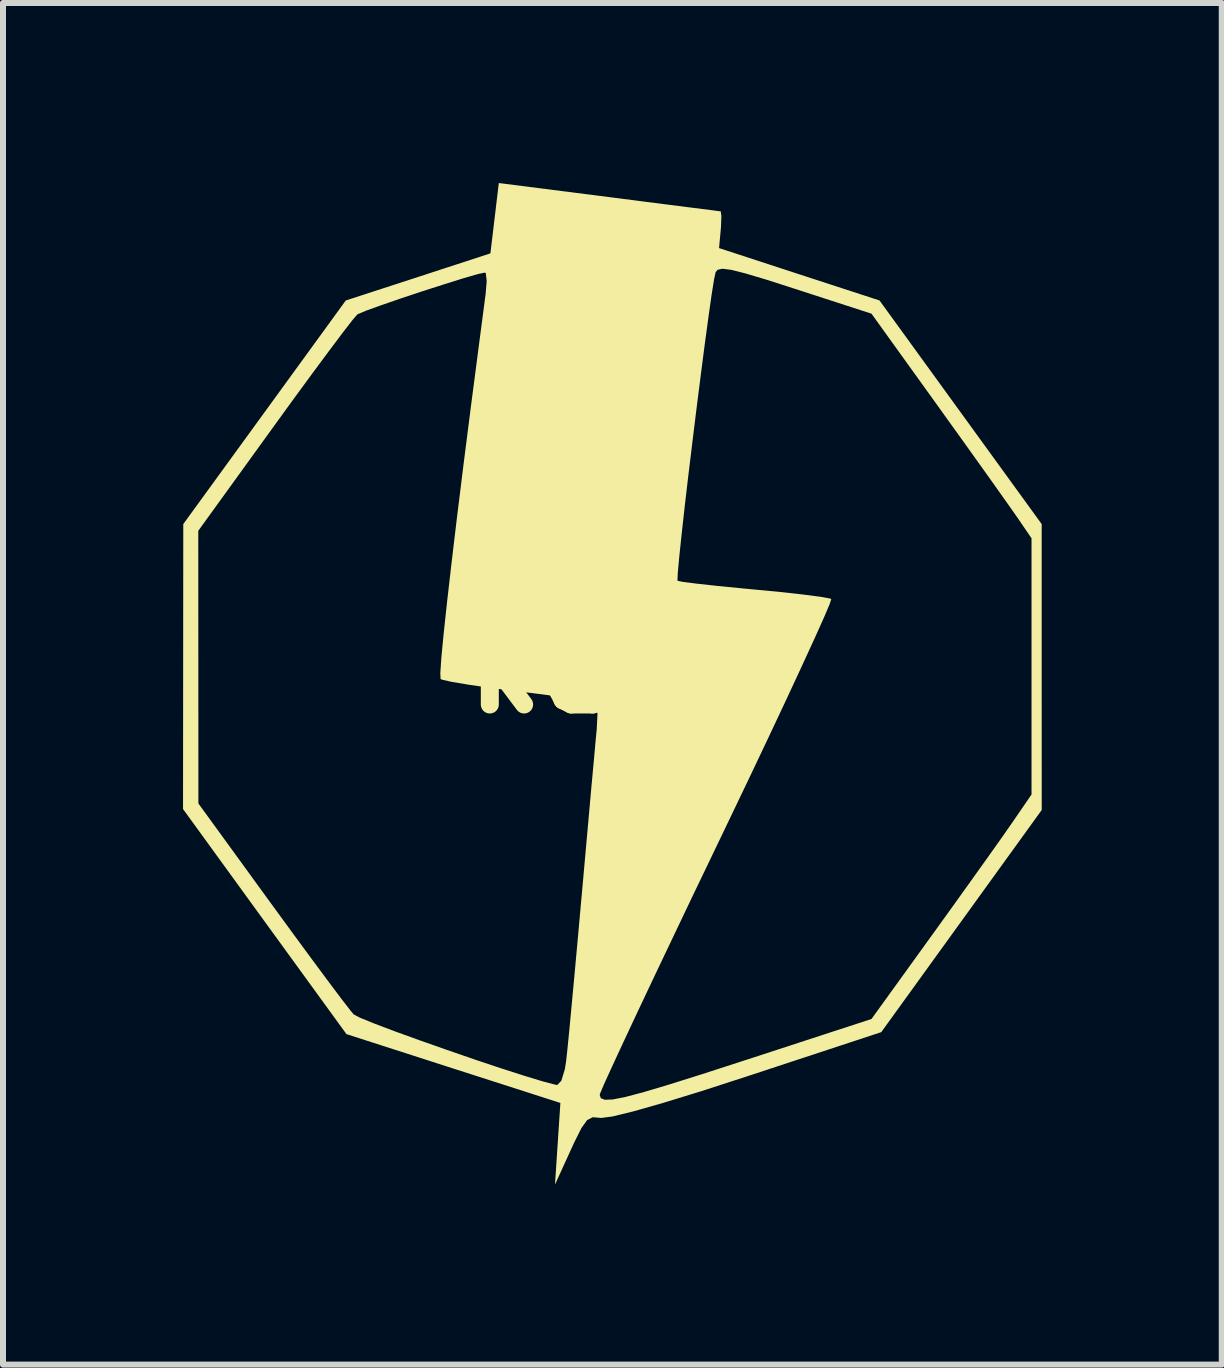
<source format=kicad_pcb>
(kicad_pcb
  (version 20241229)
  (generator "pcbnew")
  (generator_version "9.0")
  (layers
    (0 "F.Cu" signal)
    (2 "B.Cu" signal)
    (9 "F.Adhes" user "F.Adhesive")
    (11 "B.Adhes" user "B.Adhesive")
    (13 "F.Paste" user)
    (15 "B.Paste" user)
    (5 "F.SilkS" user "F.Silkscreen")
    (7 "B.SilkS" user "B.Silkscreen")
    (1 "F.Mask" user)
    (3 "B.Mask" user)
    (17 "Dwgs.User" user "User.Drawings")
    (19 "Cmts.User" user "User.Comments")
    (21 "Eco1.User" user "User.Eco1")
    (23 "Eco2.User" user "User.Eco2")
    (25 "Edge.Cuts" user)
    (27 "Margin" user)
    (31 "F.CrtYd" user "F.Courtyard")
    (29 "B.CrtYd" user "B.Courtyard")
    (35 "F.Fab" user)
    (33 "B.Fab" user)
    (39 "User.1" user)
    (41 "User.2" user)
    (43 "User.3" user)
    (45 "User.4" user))
  (footprint "kalo"
    (layer "F.Cu")
    (at 7.112 8.011)
    (property "Reference" "kalo" (at 0 0 0) (layer "F.SilkS") (effects (font (size 1.5 1.5) (thickness 0.3))))
    (attr board_only exclude_from_pos_files exclude_from_bom)
    (fp_poly (pts (xy -0.015 -7.777) (xy 0.522 -7.708) (xy 0.999 -7.647) (xy 1.393 -7.597) (xy 1.678 -7.561) (xy 1.83 -7.541) (xy 1.848 -7.539) (xy 1.859 -7.462) (xy 1.852 -7.277) (xy 1.848 -7.231) (xy 1.82 -6.927) (xy 3.157 -6.49) (xy 4.494 -6.054) (xy 5.845 -4.191) (xy 7.196 -2.328) (xy 7.196 0.054) (xy 7.197 2.436) (xy 5.86 4.287) (xy 4.523 6.138) (xy 2.289 6.874) (xy 1.517 7.124) (xy 0.882 7.319) (xy 0.39 7.459) (xy 0.046 7.543) (xy -0.146 7.568) (xy -0.166 7.566) (xy -0.285 7.556) (xy -0.378 7.603) (xy -0.473 7.736) (xy -0.598 7.986) (xy -0.65 8.1) (xy -0.914 8.678) (xy -0.869 7.998) (xy -0.824 7.318) (xy -1.241 7.184) (xy -0.169 7.184) (xy -0.15 7.239) (xy -0.083 7.265) (xy 0.049 7.26) (xy 0.261 7.218) (xy 0.569 7.136) (xy 0.988 7.011) (xy 1.535 6.839) (xy 2.226 6.615) (xy 2.273 6.6) (xy 4.36 5.919) (xy 5.376 4.511) (xy 5.708 4.05) (xy 6.028 3.603) (xy 6.315 3.201) (xy 6.547 2.874) (xy 6.702 2.651) (xy 6.71 2.64) (xy 7.027 2.178) (xy 7.027 0.044) (xy 7.027 -2.091) (xy 6.795 -2.431) (xy 6.676 -2.601) (xy 6.477 -2.882) (xy 6.216 -3.249) (xy 5.911 -3.676) (xy 5.579 -4.138) (xy 5.461 -4.303) (xy 4.36 -5.834) (xy 3.09 -6.246) (xy 2.605 -6.402) (xy 2.256 -6.506) (xy 2.02 -6.565) (xy 1.875 -6.583) (xy 1.795 -6.565) (xy 1.763 -6.525) (xy 1.738 -6.41) (xy 1.697 -6.157) (xy 1.645 -5.79) (xy 1.583 -5.334) (xy 1.516 -4.815) (xy 1.445 -4.257) (xy 1.375 -3.687) (xy 1.307 -3.128) (xy 1.246 -2.606) (xy 1.195 -2.146) (xy 1.156 -1.773) (xy 1.132 -1.512) (xy 1.127 -1.389) (xy 1.129 -1.383) (xy 1.22 -1.364) (xy 1.45 -1.335) (xy 1.787 -1.298) (xy 2.202 -1.257) (xy 2.402 -1.238) (xy 2.843 -1.196) (xy 3.221 -1.154) (xy 3.506 -1.117) (xy 3.667 -1.088) (xy 3.69 -1.079) (xy 3.664 -0.996) (xy 3.57 -0.775) (xy 3.415 -0.43) (xy 3.206 0.025) (xy 2.95 0.576) (xy 2.653 1.208) (xy 2.321 1.907) (xy 1.961 2.659) (xy 1.784 3.028) (xy 1.412 3.802) (xy 1.064 4.532) (xy 0.745 5.202) (xy 0.463 5.799) (xy 0.225 6.307) (xy 0.037 6.713) (xy -0.095 7.002) (xy -0.162 7.16) (xy -0.169 7.184) (xy -1.241 7.184) (xy -2.607 6.745) (xy -4.389 6.171) (xy -5.751 4.296) (xy -7.112 2.421) (xy -7.11 0.046) (xy -7.108 -2.216) (xy -6.858 -2.216) (xy -6.857 0.056) (xy -6.856 2.328) (xy -5.625 4.022) (xy -5.279 4.496) (xy -4.96 4.93) (xy -4.684 5.302) (xy -4.466 5.592) (xy -4.32 5.781) (xy -4.269 5.842) (xy -4.163 5.898) (xy -3.925 5.995) (xy -3.587 6.123) (xy -3.178 6.271) (xy -2.727 6.43) (xy -2.267 6.589) (xy -1.825 6.737) (xy -1.433 6.863) (xy -1.121 6.958) (xy -0.919 7.011) (xy -0.876 7.019) (xy -0.808 6.948) (xy -0.749 6.753) (xy -0.729 6.625) (xy -0.708 6.435) (xy -0.675 6.103) (xy -0.633 5.655) (xy -0.583 5.118) (xy -0.528 4.517) (xy -0.471 3.88) (xy -0.468 3.852) (xy -0.411 3.214) (xy -0.357 2.612) (xy -0.309 2.072) (xy -0.267 1.62) (xy -0.237 1.283) (xy -0.218 1.087) (xy -0.218 1.082) (xy -0.206 0.84) (xy -0.221 0.678) (xy -0.238 0.645) (xy -0.339 0.622) (xy -0.577 0.585) (xy -0.921 0.537) (xy -1.338 0.483) (xy -1.525 0.461) (xy -1.964 0.405) (xy -2.344 0.35) (xy -2.632 0.302) (xy -2.795 0.265) (xy -2.82 0.254) (xy -2.825 0.158) (xy -2.808 -0.095) (xy -2.77 -0.493) (xy -2.713 -1.024) (xy -2.638 -1.677) (xy -2.547 -2.441) (xy -2.44 -3.305) (xy -2.319 -4.256) (xy -2.185 -5.284) (xy -2.07 -6.16) (xy -2.052 -6.378) (xy -2.066 -6.506) (xy -2.08 -6.519) (xy -2.199 -6.494) (xy -2.438 -6.425) (xy -2.757 -6.325) (xy -3.119 -6.209) (xy -3.483 -6.088) (xy -3.81 -5.975) (xy -4.062 -5.884) (xy -4.198 -5.827) (xy -4.208 -5.821) (xy -4.283 -5.734) (xy -4.443 -5.528) (xy -4.672 -5.223) (xy -4.957 -4.839) (xy -5.283 -4.394) (xy -5.583 -3.98) (xy -6.858 -2.216) (xy -7.108 -2.216) (xy -7.108 -2.328) (xy -5.754 -4.191) (xy -4.4 -6.054) (xy -3.195 -6.446) (xy -1.99 -6.839) (xy -1.92 -7.425) (xy -1.85 -8.011)) (stroke (width 0) (type solid)) (fill yes) (layer "F.SilkS")))
  (gr_rect
    (start -3 -3)
    (end 17.309 19.689)
    (stroke (width 0.1) (type default))
    (fill no)
    (layer "Edge.Cuts")))
</source>
